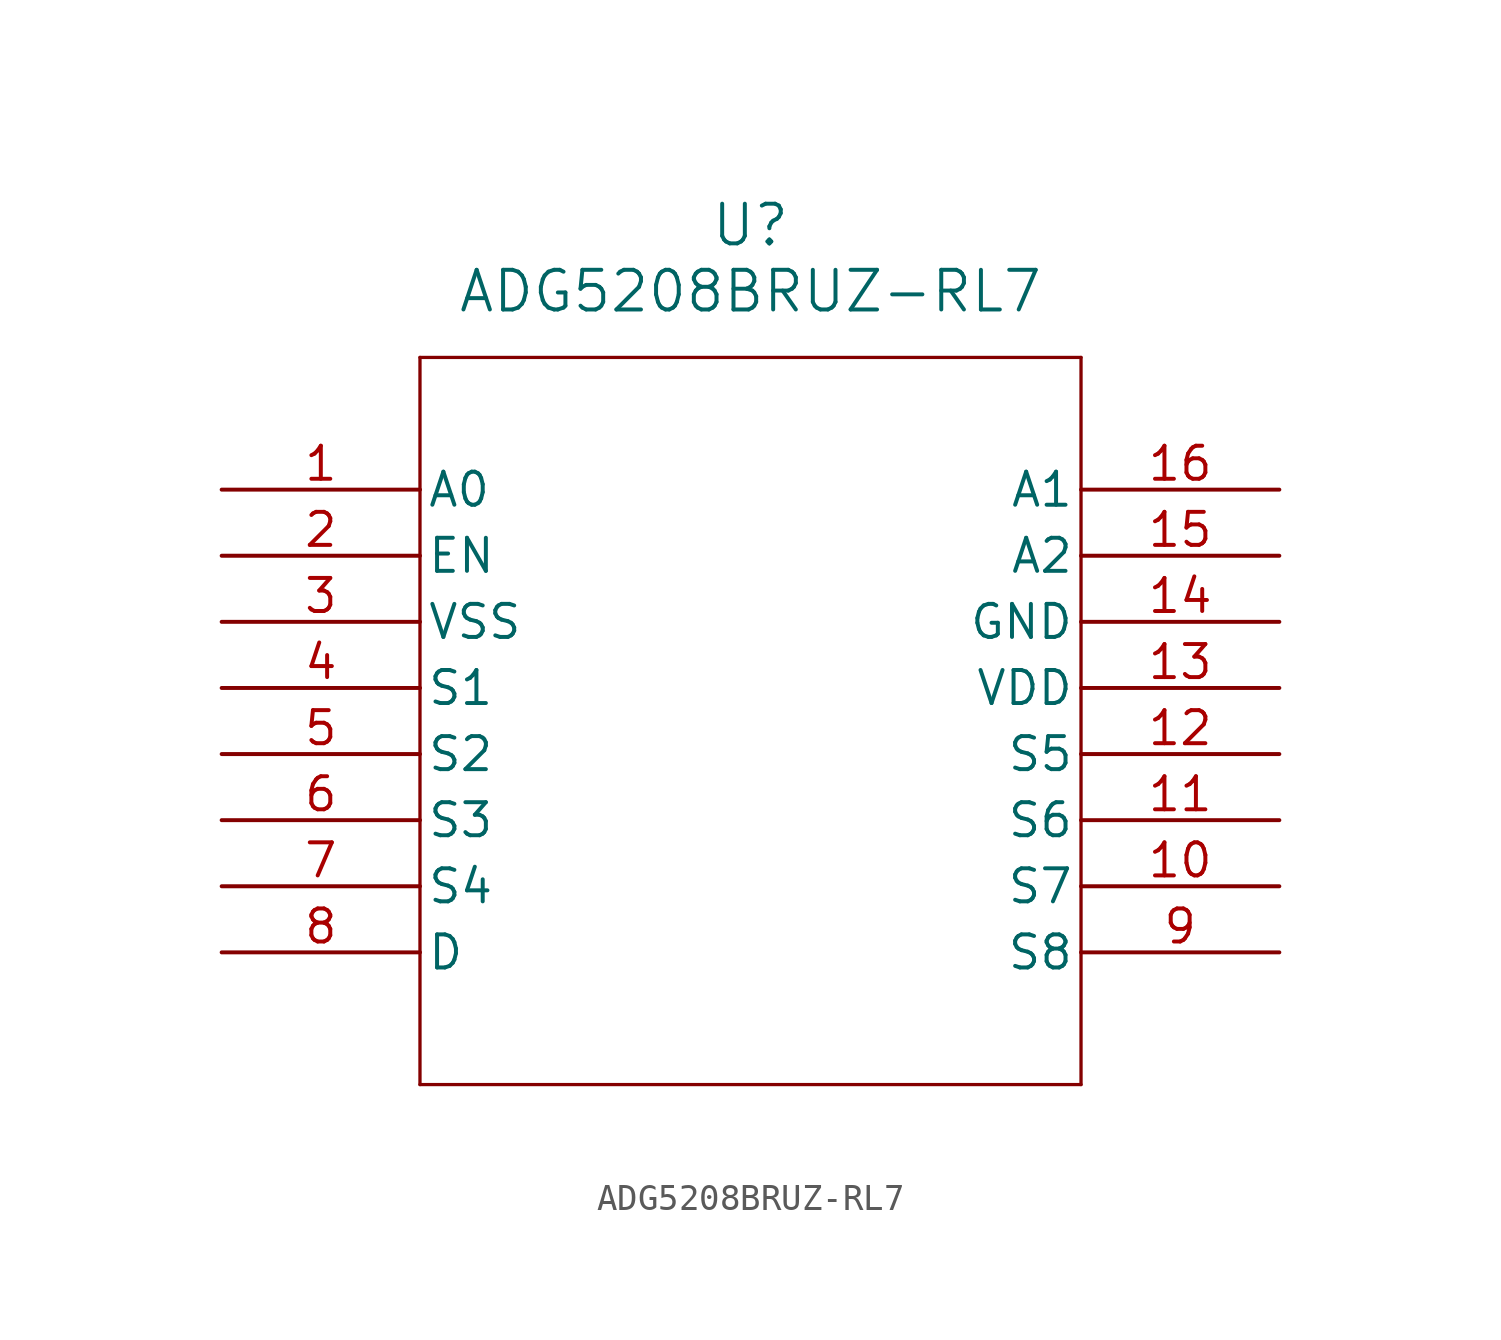
<source format=kicad_sym>
(kicad_symbol_lib
  (version 20211014)
  (generator kicad_symbol_editor)
  (symbol "ADG5208BRUZ-RL7"
    (pin_names
      (offset 0.254))
    (property "Reference" "U"
      (at 20.32 10.16 0)
      (effects (font (size 1.524 1.524))))
    (property "Value" "ADG5208BRUZ-RL7"
      (at 20.32 7.62 0)
      (effects (font (size 1.524 1.524))))
    (symbol "ADG5208BRUZ-RL7_0_1"
      (polyline (pts (xy 7.62 5.08) (xy 7.62 -22.86)) (stroke (width 0.127) (type default) (color 0 0 0 0)) (fill (type none)))
      (polyline (pts (xy 7.62 -22.86) (xy 33.02 -22.86)) (stroke (width 0.127) (type default) (color 0 0 0 0)) (fill (type none)))
      (polyline (pts (xy 33.02 -22.86) (xy 33.02 5.08)) (stroke (width 0.127) (type default) (color 0 0 0 0)) (fill (type none)))
      (polyline (pts (xy 33.02 5.08) (xy 7.62 5.08)) (stroke (width 0.127) (type default) (color 0 0 0 0)) (fill (type none)))
      (pin bidirectional line (at 0 0 0) (length 7.62) (name "A0" (effects (font (size 1.27 1.27)))) (number "1" (effects (font (size 1.27 1.27)))))
      (pin unspecified line (at 0 -2.54 0) (length 7.62) (name "EN" (effects (font (size 1.27 1.27)))) (number "2" (effects (font (size 1.27 1.27)))))
      (pin power_out line (at 0 -5.08 0) (length 7.62) (name "VSS" (effects (font (size 1.27 1.27)))) (number "3" (effects (font (size 1.27 1.27)))))
      (pin bidirectional line (at 0 -7.62 0) (length 7.62) (name "S1" (effects (font (size 1.27 1.27)))) (number "4" (effects (font (size 1.27 1.27)))))
      (pin bidirectional line (at 0 -10.16 0) (length 7.62) (name "S2" (effects (font (size 1.27 1.27)))) (number "5" (effects (font (size 1.27 1.27)))))
      (pin bidirectional line (at 0 -12.7 0) (length 7.62) (name "S3" (effects (font (size 1.27 1.27)))) (number "6" (effects (font (size 1.27 1.27)))))
      (pin bidirectional line (at 0 -15.24 0) (length 7.62) (name "S4" (effects (font (size 1.27 1.27)))) (number "7" (effects (font (size 1.27 1.27)))))
      (pin unspecified line (at 0 -17.78 0) (length 7.62) (name "D" (effects (font (size 1.27 1.27)))) (number "8" (effects (font (size 1.27 1.27)))))
      (pin bidirectional line (at 40.64 -17.78 180) (length 7.62) (name "S8" (effects (font (size 1.27 1.27)))) (number "9" (effects (font (size 1.27 1.27)))))
      (pin bidirectional line (at 40.64 -15.24 180) (length 7.62) (name "S7" (effects (font (size 1.27 1.27)))) (number "10" (effects (font (size 1.27 1.27)))))
      (pin bidirectional line (at 40.64 -12.7 180) (length 7.62) (name "S6" (effects (font (size 1.27 1.27)))) (number "11" (effects (font (size 1.27 1.27)))))
      (pin bidirectional line (at 40.64 -10.16 180) (length 7.62) (name "S5" (effects (font (size 1.27 1.27)))) (number "12" (effects (font (size 1.27 1.27)))))
      (pin power_in line (at 40.64 -7.62 180) (length 7.62) (name "VDD" (effects (font (size 1.27 1.27)))) (number "13" (effects (font (size 1.27 1.27)))))
      (pin power_out line (at 40.64 -5.08 180) (length 7.62) (name "GND" (effects (font (size 1.27 1.27)))) (number "14" (effects (font (size 1.27 1.27)))))
      (pin bidirectional line (at 40.64 -2.54 180) (length 7.62) (name "A2" (effects (font (size 1.27 1.27)))) (number "15" (effects (font (size 1.27 1.27)))))
      (pin bidirectional line (at 40.64 0 180) (length 7.62) (name "A1" (effects (font (size 1.27 1.27)))) (number "16" (effects (font (size 1.27 1.27))))))))
</source>
